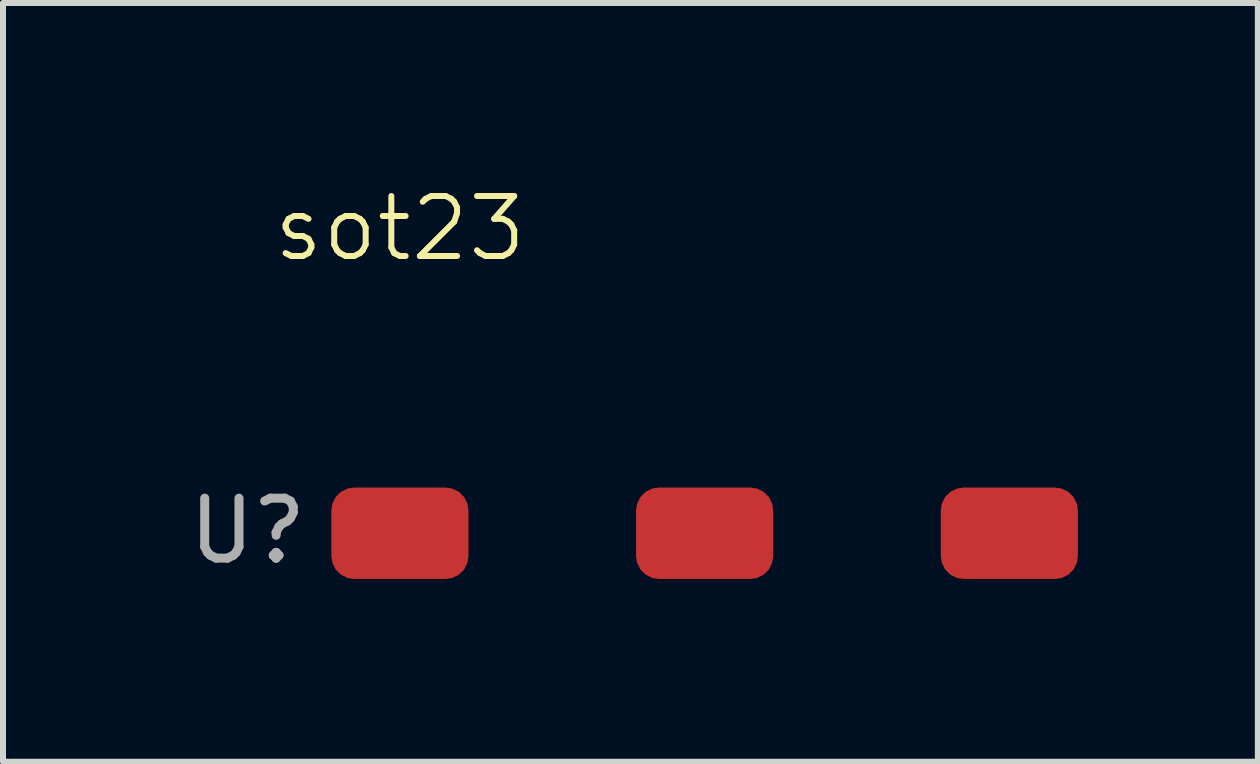
<source format=kicad_pcb>
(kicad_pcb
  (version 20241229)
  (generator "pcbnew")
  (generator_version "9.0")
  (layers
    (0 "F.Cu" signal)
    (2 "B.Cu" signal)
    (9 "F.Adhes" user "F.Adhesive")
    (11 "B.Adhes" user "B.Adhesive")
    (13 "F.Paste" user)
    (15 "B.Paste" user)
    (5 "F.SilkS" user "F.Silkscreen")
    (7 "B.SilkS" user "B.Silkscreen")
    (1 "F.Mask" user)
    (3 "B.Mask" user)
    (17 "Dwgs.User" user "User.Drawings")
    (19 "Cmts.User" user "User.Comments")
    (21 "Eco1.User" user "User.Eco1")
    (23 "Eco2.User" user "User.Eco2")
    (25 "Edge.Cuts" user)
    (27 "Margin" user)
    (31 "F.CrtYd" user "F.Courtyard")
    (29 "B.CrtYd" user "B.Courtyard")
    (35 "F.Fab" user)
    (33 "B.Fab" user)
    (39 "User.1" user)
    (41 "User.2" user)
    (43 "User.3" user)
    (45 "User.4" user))
  (footprint "sot23"
    (layer "F.Cu")
    (at 8.697 3.3)
    (property "Reference" "sot23" (at -5.08 -2.54 0) (unlocked yes) (layer "F.SilkS") (effects (font (size 1 1) (thickness 0.1))))
    (attr smd)
    (fp_text user "U?" (at -7.62 2.5 0) (unlocked yes) (layer "F.Fab") (effects (font (size 1 1) (thickness 0.15))))
    (pad "1" smd roundrect (at 5.08 2.54) (size 2.286 1.524) (layers "F.Cu" "F.Mask" "F.Paste") (roundrect_rratio 0.25))
    (pad "2" smd roundrect (at -5.08 2.54) (size 2.286 1.524) (layers "F.Cu" "F.Mask" "F.Paste") (roundrect_rratio 0.25))
    (pad "3" smd roundrect (at 0 2.54) (size 2.286 1.524) (layers "F.Cu" "F.Mask" "F.Paste") (roundrect_rratio 0.25)))
  (gr_rect
    (start -3 -3)
    (end 17.92 9.649)
    (stroke (width 0.1) (type default))
    (fill no)
    (layer "Edge.Cuts")))
</source>
